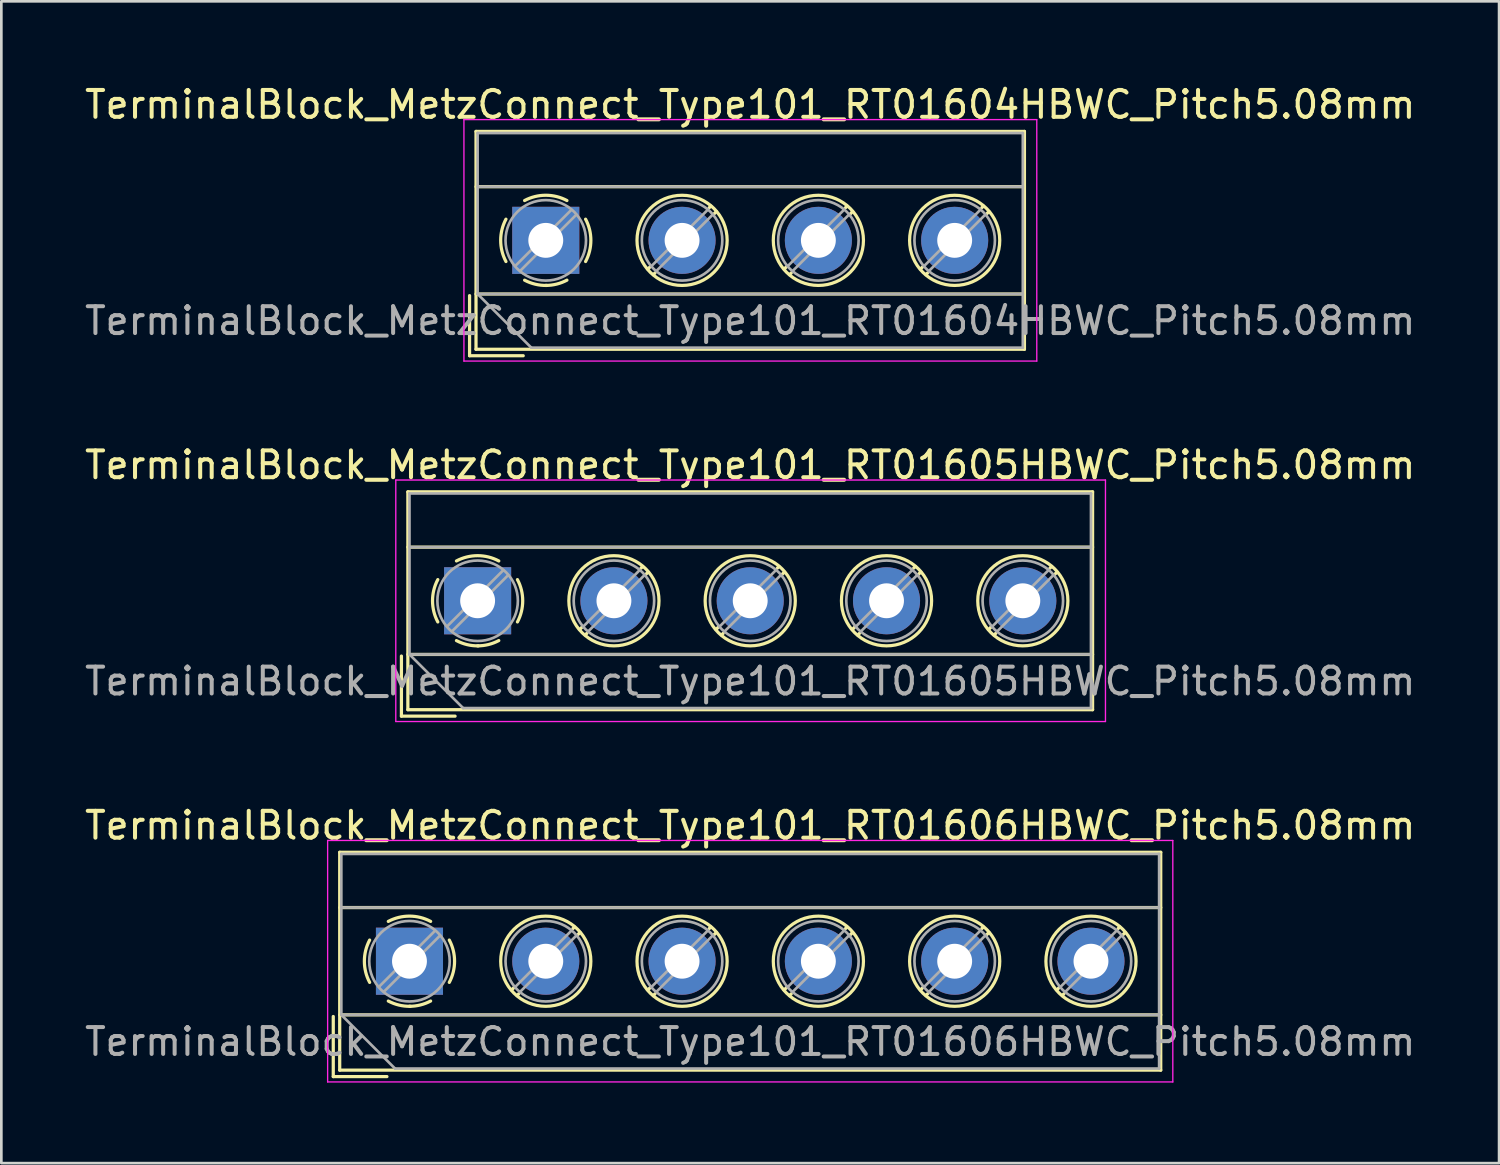
<source format=kicad_pcb>
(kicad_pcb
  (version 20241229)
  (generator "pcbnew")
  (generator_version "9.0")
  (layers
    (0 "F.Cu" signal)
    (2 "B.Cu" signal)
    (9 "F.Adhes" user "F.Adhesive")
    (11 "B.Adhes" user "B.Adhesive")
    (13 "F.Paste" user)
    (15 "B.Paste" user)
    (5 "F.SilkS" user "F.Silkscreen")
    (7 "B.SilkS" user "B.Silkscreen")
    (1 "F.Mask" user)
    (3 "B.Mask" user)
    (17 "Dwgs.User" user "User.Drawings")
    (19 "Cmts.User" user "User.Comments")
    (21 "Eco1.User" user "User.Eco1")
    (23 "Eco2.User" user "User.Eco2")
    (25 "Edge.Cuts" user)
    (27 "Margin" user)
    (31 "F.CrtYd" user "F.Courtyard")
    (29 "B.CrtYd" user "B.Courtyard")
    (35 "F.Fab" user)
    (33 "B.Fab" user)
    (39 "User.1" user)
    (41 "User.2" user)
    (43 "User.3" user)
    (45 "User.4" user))
  (footprint "TerminalBlock_MetzConnect_Type101_RT01606HBWC_Pitch5.08mm"
    (layer "F.Cu")
    (at 12.211 32.775)
    (property "Reference" "TerminalBlock_MetzConnect_Type101_RT01606HBWC_Pitch5.08mm" (at 12.7 -5.06 0) (layer "F.SilkS") (effects (font (size 1 1) (thickness 0.15))))
    (attr through_hole)
    (fp_line (start -2.84 2.06) (end -2.84 4.3) (stroke (width 0.12) (type solid)) (layer "F.SilkS"))
    (fp_line (start -2.84 4.3) (end -0.84 4.3) (stroke (width 0.12) (type solid)) (layer "F.SilkS"))
    (fp_line (start -2.6 -4.06) (end -2.6 4.06) (stroke (width 0.12) (type solid)) (layer "F.SilkS"))
    (fp_line (start -2.6 -2) (end 28 -2) (stroke (width 0.12) (type solid)) (layer "F.SilkS"))
    (fp_line (start -2.6 2) (end 28 2) (stroke (width 0.12) (type solid)) (layer "F.SilkS"))
    (fp_line (start -2.6 4.06) (end 28 4.06) (stroke (width 0.12) (type solid)) (layer "F.SilkS"))
    (fp_line (start 3.9 0.976) (end 3.806 1.069) (stroke (width 0.12) (type solid)) (layer "F.SilkS"))
    (fp_line (start 4.07 1.216) (end 4.011 1.274) (stroke (width 0.12) (type solid)) (layer "F.SilkS"))
    (fp_line (start 6.15 -1.275) (end 6.091 -1.216) (stroke (width 0.12) (type solid)) (layer "F.SilkS"))
    (fp_line (start 6.355 -1.069) (end 6.261 -0.976) (stroke (width 0.12) (type solid)) (layer "F.SilkS"))
    (fp_line (start 8.98 0.976) (end 8.886 1.069) (stroke (width 0.12) (type solid)) (layer "F.SilkS"))
    (fp_line (start 9.15 1.216) (end 9.091 1.274) (stroke (width 0.12) (type solid)) (layer "F.SilkS"))
    (fp_line (start 11.23 -1.275) (end 11.171 -1.216) (stroke (width 0.12) (type solid)) (layer "F.SilkS"))
    (fp_line (start 11.435 -1.069) (end 11.341 -0.976) (stroke (width 0.12) (type solid)) (layer "F.SilkS"))
    (fp_line (start 14.06 0.976) (end 13.966 1.069) (stroke (width 0.12) (type solid)) (layer "F.SilkS"))
    (fp_line (start 14.23 1.216) (end 14.171 1.274) (stroke (width 0.12) (type solid)) (layer "F.SilkS"))
    (fp_line (start 16.31 -1.275) (end 16.251 -1.216) (stroke (width 0.12) (type solid)) (layer "F.SilkS"))
    (fp_line (start 16.515 -1.069) (end 16.421 -0.976) (stroke (width 0.12) (type solid)) (layer "F.SilkS"))
    (fp_line (start 19.14 0.976) (end 19.046 1.069) (stroke (width 0.12) (type solid)) (layer "F.SilkS"))
    (fp_line (start 19.31 1.216) (end 19.251 1.274) (stroke (width 0.12) (type solid)) (layer "F.SilkS"))
    (fp_line (start 21.39 -1.275) (end 21.331 -1.216) (stroke (width 0.12) (type solid)) (layer "F.SilkS"))
    (fp_line (start 21.595 -1.069) (end 21.501 -0.976) (stroke (width 0.12) (type solid)) (layer "F.SilkS"))
    (fp_line (start 24.22 0.976) (end 24.126 1.069) (stroke (width 0.12) (type solid)) (layer "F.SilkS"))
    (fp_line (start 24.39 1.216) (end 24.331 1.274) (stroke (width 0.12) (type solid)) (layer "F.SilkS"))
    (fp_line (start 26.47 -1.275) (end 26.411 -1.216) (stroke (width 0.12) (type solid)) (layer "F.SilkS"))
    (fp_line (start 26.675 -1.069) (end 26.581 -0.976) (stroke (width 0.12) (type solid)) (layer "F.SilkS"))
    (fp_line (start 28 -4.06) (end -2.6 -4.06) (stroke (width 0.12) (type solid)) (layer "F.SilkS"))
    (fp_line (start 28 4.06) (end 28 -4.06) (stroke (width 0.12) (type solid)) (layer "F.SilkS"))
    (fp_arc (start -1.483953 0.789089) (mid -1.680708 0.00005) (end -1.484 -0.789) (stroke (width 0.12) (type solid)) (layer "F.SilkS"))
    (fp_arc (start -0.789089 -1.483953) (mid -0.00005 -1.680708) (end 0.789 -1.484) (stroke (width 0.12) (type solid)) (layer "F.SilkS"))
    (fp_arc (start 0.029383 1.68045) (mid -0.392304 1.634281) (end -0.789 1.484) (stroke (width 0.12) (type solid)) (layer "F.SilkS"))
    (fp_arc (start 0.788712 1.483352) (mid 0.406429 1.630097) (end 0 1.68) (stroke (width 0.12) (type solid)) (layer "F.SilkS"))
    (fp_arc (start 1.483953 -0.789089) (mid 1.680708 -0.00005) (end 1.484 0.789) (stroke (width 0.12) (type solid)) (layer "F.SilkS"))
    (fp_circle (center 5.08 0) (end 6.76 0) (stroke (width 0.12) (type solid)) (fill no) (layer "F.SilkS"))
    (fp_circle (center 10.16 0) (end 11.84 0) (stroke (width 0.12) (type solid)) (fill no) (layer "F.SilkS"))
    (fp_circle (center 15.24 0) (end 16.92 0) (stroke (width 0.12) (type solid)) (fill no) (layer "F.SilkS"))
    (fp_circle (center 20.32 0) (end 22 0) (stroke (width 0.12) (type solid)) (fill no) (layer "F.SilkS"))
    (fp_circle (center 25.4 0) (end 27.08 0) (stroke (width 0.12) (type solid)) (fill no) (layer "F.SilkS"))
    (fp_line (start -3.05 -4.5) (end -3.05 4.5) (stroke (width 0.05) (type solid)) (layer "F.CrtYd"))
    (fp_line (start -3.05 4.5) (end 28.45 4.5) (stroke (width 0.05) (type solid)) (layer "F.CrtYd"))
    (fp_line (start 28.45 -4.5) (end -3.05 -4.5) (stroke (width 0.05) (type solid)) (layer "F.CrtYd"))
    (fp_line (start 28.45 4.5) (end 28.45 -4.5) (stroke (width 0.05) (type solid)) (layer "F.CrtYd"))
    (fp_line (start -2.54 -4) (end 27.94 -4) (stroke (width 0.1) (type solid)) (layer "F.Fab"))
    (fp_line (start -2.54 -2) (end 27.94 -2) (stroke (width 0.1) (type solid)) (layer "F.Fab"))
    (fp_line (start -2.54 2) (end -2.54 -4) (stroke (width 0.1) (type solid)) (layer "F.Fab"))
    (fp_line (start -2.54 2) (end 27.94 2) (stroke (width 0.1) (type solid)) (layer "F.Fab"))
    (fp_line (start -0.54 4) (end -2.54 2) (stroke (width 0.1) (type solid)) (layer "F.Fab"))
    (fp_line (start 0.955 -1.138) (end -1.138 0.955) (stroke (width 0.1) (type solid)) (layer "F.Fab"))
    (fp_line (start 1.138 -0.955) (end -0.955 1.138) (stroke (width 0.1) (type solid)) (layer "F.Fab"))
    (fp_line (start 6.035 -1.138) (end 3.943 0.955) (stroke (width 0.1) (type solid)) (layer "F.Fab"))
    (fp_line (start 6.218 -0.955) (end 4.126 1.138) (stroke (width 0.1) (type solid)) (layer "F.Fab"))
    (fp_line (start 11.115 -1.138) (end 9.023 0.955) (stroke (width 0.1) (type solid)) (layer "F.Fab"))
    (fp_line (start 11.298 -0.955) (end 9.206 1.138) (stroke (width 0.1) (type solid)) (layer "F.Fab"))
    (fp_line (start 16.195 -1.138) (end 14.103 0.955) (stroke (width 0.1) (type solid)) (layer "F.Fab"))
    (fp_line (start 16.378 -0.955) (end 14.286 1.138) (stroke (width 0.1) (type solid)) (layer "F.Fab"))
    (fp_line (start 21.275 -1.138) (end 19.183 0.955) (stroke (width 0.1) (type solid)) (layer "F.Fab"))
    (fp_line (start 21.458 -0.955) (end 19.366 1.138) (stroke (width 0.1) (type solid)) (layer "F.Fab"))
    (fp_line (start 26.355 -1.138) (end 24.263 0.955) (stroke (width 0.1) (type solid)) (layer "F.Fab"))
    (fp_line (start 26.538 -0.955) (end 24.446 1.138) (stroke (width 0.1) (type solid)) (layer "F.Fab"))
    (fp_line (start 27.94 -4) (end 27.94 4) (stroke (width 0.1) (type solid)) (layer "F.Fab"))
    (fp_line (start 27.94 4) (end -0.54 4) (stroke (width 0.1) (type solid)) (layer "F.Fab"))
    (fp_circle (center 0 0) (end 1.5 0) (stroke (width 0.1) (type solid)) (fill no) (layer "F.Fab"))
    (fp_circle (center 5.08 0) (end 6.58 0) (stroke (width 0.1) (type solid)) (fill no) (layer "F.Fab"))
    (fp_circle (center 10.16 0) (end 11.66 0) (stroke (width 0.1) (type solid)) (fill no) (layer "F.Fab"))
    (fp_circle (center 15.24 0) (end 16.74 0) (stroke (width 0.1) (type solid)) (fill no) (layer "F.Fab"))
    (fp_circle (center 20.32 0) (end 21.82 0) (stroke (width 0.1) (type solid)) (fill no) (layer "F.Fab"))
    (fp_circle (center 25.4 0) (end 26.9 0) (stroke (width 0.1) (type solid)) (fill no) (layer "F.Fab"))
    (fp_text user "${REFERENCE}" (at 12.7 3 0) (layer "F.Fab") (effects (font (size 1 1) (thickness 0.15))))
    (pad "1" thru_hole rect (at 0 0) (size 2.5 2.5) (drill 1.3) (layers "*.Cu" "*.Mask"))
    (pad "2" thru_hole circle (at 5.08 0) (size 2.5 2.5) (drill 1.3) (layers "*.Cu" "*.Mask"))
    (pad "3" thru_hole circle (at 10.16 0) (size 2.5 2.5) (drill 1.3) (layers "*.Cu" "*.Mask"))
    (pad "4" thru_hole circle (at 15.24 0) (size 2.5 2.5) (drill 1.3) (layers "*.Cu" "*.Mask"))
    (pad "5" thru_hole circle (at 20.32 0) (size 2.5 2.5) (drill 1.3) (layers "*.Cu" "*.Mask"))
    (pad "6" thru_hole circle (at 25.4 0) (size 2.5 2.5) (drill 1.3) (layers "*.Cu" "*.Mask")))
  (footprint "TerminalBlock_MetzConnect_Type101_RT01604HBWC_Pitch5.08mm"
    (layer "F.Cu")
    (at 17.291 5.908)
    (property "Reference" "TerminalBlock_MetzConnect_Type101_RT01604HBWC_Pitch5.08mm" (at 7.62 -5.06 0) (layer "F.SilkS") (effects (font (size 1 1) (thickness 0.15))))
    (attr through_hole)
    (fp_line (start -2.84 2.06) (end -2.84 4.3) (stroke (width 0.12) (type solid)) (layer "F.SilkS"))
    (fp_line (start -2.84 4.3) (end -0.84 4.3) (stroke (width 0.12) (type solid)) (layer "F.SilkS"))
    (fp_line (start -2.6 -4.06) (end -2.6 4.06) (stroke (width 0.12) (type solid)) (layer "F.SilkS"))
    (fp_line (start -2.6 -2) (end 17.84 -2) (stroke (width 0.12) (type solid)) (layer "F.SilkS"))
    (fp_line (start -2.6 2) (end 17.84 2) (stroke (width 0.12) (type solid)) (layer "F.SilkS"))
    (fp_line (start -2.6 4.06) (end 17.84 4.06) (stroke (width 0.12) (type solid)) (layer "F.SilkS"))
    (fp_line (start 3.9 0.976) (end 3.806 1.069) (stroke (width 0.12) (type solid)) (layer "F.SilkS"))
    (fp_line (start 4.07 1.216) (end 4.011 1.274) (stroke (width 0.12) (type solid)) (layer "F.SilkS"))
    (fp_line (start 6.15 -1.275) (end 6.091 -1.216) (stroke (width 0.12) (type solid)) (layer "F.SilkS"))
    (fp_line (start 6.355 -1.069) (end 6.261 -0.976) (stroke (width 0.12) (type solid)) (layer "F.SilkS"))
    (fp_line (start 8.98 0.976) (end 8.886 1.069) (stroke (width 0.12) (type solid)) (layer "F.SilkS"))
    (fp_line (start 9.15 1.216) (end 9.091 1.274) (stroke (width 0.12) (type solid)) (layer "F.SilkS"))
    (fp_line (start 11.23 -1.275) (end 11.171 -1.216) (stroke (width 0.12) (type solid)) (layer "F.SilkS"))
    (fp_line (start 11.435 -1.069) (end 11.341 -0.976) (stroke (width 0.12) (type solid)) (layer "F.SilkS"))
    (fp_line (start 14.06 0.976) (end 13.966 1.069) (stroke (width 0.12) (type solid)) (layer "F.SilkS"))
    (fp_line (start 14.23 1.216) (end 14.171 1.274) (stroke (width 0.12) (type solid)) (layer "F.SilkS"))
    (fp_line (start 16.31 -1.275) (end 16.251 -1.216) (stroke (width 0.12) (type solid)) (layer "F.SilkS"))
    (fp_line (start 16.515 -1.069) (end 16.421 -0.976) (stroke (width 0.12) (type solid)) (layer "F.SilkS"))
    (fp_line (start 17.84 -4.06) (end -2.6 -4.06) (stroke (width 0.12) (type solid)) (layer "F.SilkS"))
    (fp_line (start 17.84 4.06) (end 17.84 -4.06) (stroke (width 0.12) (type solid)) (layer "F.SilkS"))
    (fp_arc (start -1.483953 0.789089) (mid -1.680708 0.00005) (end -1.484 -0.789) (stroke (width 0.12) (type solid)) (layer "F.SilkS"))
    (fp_arc (start -0.789089 -1.483953) (mid -0.00005 -1.680708) (end 0.789 -1.484) (stroke (width 0.12) (type solid)) (layer "F.SilkS"))
    (fp_arc (start 0.029383 1.68045) (mid -0.392304 1.634281) (end -0.789 1.484) (stroke (width 0.12) (type solid)) (layer "F.SilkS"))
    (fp_arc (start 0.788712 1.483352) (mid 0.406429 1.630097) (end 0 1.68) (stroke (width 0.12) (type solid)) (layer "F.SilkS"))
    (fp_arc (start 1.483953 -0.789089) (mid 1.680708 -0.00005) (end 1.484 0.789) (stroke (width 0.12) (type solid)) (layer "F.SilkS"))
    (fp_circle (center 5.08 0) (end 6.76 0) (stroke (width 0.12) (type solid)) (fill no) (layer "F.SilkS"))
    (fp_circle (center 10.16 0) (end 11.84 0) (stroke (width 0.12) (type solid)) (fill no) (layer "F.SilkS"))
    (fp_circle (center 15.24 0) (end 16.92 0) (stroke (width 0.12) (type solid)) (fill no) (layer "F.SilkS"))
    (fp_line (start -3.05 -4.5) (end -3.05 4.5) (stroke (width 0.05) (type solid)) (layer "F.CrtYd"))
    (fp_line (start -3.05 4.5) (end 18.3 4.5) (stroke (width 0.05) (type solid)) (layer "F.CrtYd"))
    (fp_line (start 18.3 -4.5) (end -3.05 -4.5) (stroke (width 0.05) (type solid)) (layer "F.CrtYd"))
    (fp_line (start 18.3 4.5) (end 18.3 -4.5) (stroke (width 0.05) (type solid)) (layer "F.CrtYd"))
    (fp_line (start -2.54 -4) (end 17.78 -4) (stroke (width 0.1) (type solid)) (layer "F.Fab"))
    (fp_line (start -2.54 -2) (end 17.78 -2) (stroke (width 0.1) (type solid)) (layer "F.Fab"))
    (fp_line (start -2.54 2) (end -2.54 -4) (stroke (width 0.1) (type solid)) (layer "F.Fab"))
    (fp_line (start -2.54 2) (end 17.78 2) (stroke (width 0.1) (type solid)) (layer "F.Fab"))
    (fp_line (start -0.54 4) (end -2.54 2) (stroke (width 0.1) (type solid)) (layer "F.Fab"))
    (fp_line (start 0.955 -1.138) (end -1.138 0.955) (stroke (width 0.1) (type solid)) (layer "F.Fab"))
    (fp_line (start 1.138 -0.955) (end -0.955 1.138) (stroke (width 0.1) (type solid)) (layer "F.Fab"))
    (fp_line (start 6.035 -1.138) (end 3.943 0.955) (stroke (width 0.1) (type solid)) (layer "F.Fab"))
    (fp_line (start 6.218 -0.955) (end 4.126 1.138) (stroke (width 0.1) (type solid)) (layer "F.Fab"))
    (fp_line (start 11.115 -1.138) (end 9.023 0.955) (stroke (width 0.1) (type solid)) (layer "F.Fab"))
    (fp_line (start 11.298 -0.955) (end 9.206 1.138) (stroke (width 0.1) (type solid)) (layer "F.Fab"))
    (fp_line (start 16.195 -1.138) (end 14.103 0.955) (stroke (width 0.1) (type solid)) (layer "F.Fab"))
    (fp_line (start 16.378 -0.955) (end 14.286 1.138) (stroke (width 0.1) (type solid)) (layer "F.Fab"))
    (fp_line (start 17.78 -4) (end 17.78 4) (stroke (width 0.1) (type solid)) (layer "F.Fab"))
    (fp_line (start 17.78 4) (end -0.54 4) (stroke (width 0.1) (type solid)) (layer "F.Fab"))
    (fp_circle (center 0 0) (end 1.5 0) (stroke (width 0.1) (type solid)) (fill no) (layer "F.Fab"))
    (fp_circle (center 5.08 0) (end 6.58 0) (stroke (width 0.1) (type solid)) (fill no) (layer "F.Fab"))
    (fp_circle (center 10.16 0) (end 11.66 0) (stroke (width 0.1) (type solid)) (fill no) (layer "F.Fab"))
    (fp_circle (center 15.24 0) (end 16.74 0) (stroke (width 0.1) (type solid)) (fill no) (layer "F.Fab"))
    (fp_text user "${REFERENCE}" (at 7.62 3 0) (layer "F.Fab") (effects (font (size 1 1) (thickness 0.15))))
    (pad "1" thru_hole rect (at 0 0) (size 2.5 2.5) (drill 1.3) (layers "*.Cu" "*.Mask"))
    (pad "2" thru_hole circle (at 5.08 0) (size 2.5 2.5) (drill 1.3) (layers "*.Cu" "*.Mask"))
    (pad "3" thru_hole circle (at 10.16 0) (size 2.5 2.5) (drill 1.3) (layers "*.Cu" "*.Mask"))
    (pad "4" thru_hole circle (at 15.24 0) (size 2.5 2.5) (drill 1.3) (layers "*.Cu" "*.Mask")))
  (footprint "TerminalBlock_MetzConnect_Type101_RT01605HBWC_Pitch5.08mm"
    (layer "F.Cu")
    (at 14.751 19.341)
    (property "Reference" "TerminalBlock_MetzConnect_Type101_RT01605HBWC_Pitch5.08mm" (at 10.16 -5.06 0) (layer "F.SilkS") (effects (font (size 1 1) (thickness 0.15))))
    (attr through_hole)
    (fp_line (start -2.84 2.06) (end -2.84 4.3) (stroke (width 0.12) (type solid)) (layer "F.SilkS"))
    (fp_line (start -2.84 4.3) (end -0.84 4.3) (stroke (width 0.12) (type solid)) (layer "F.SilkS"))
    (fp_line (start -2.6 -4.06) (end -2.6 4.06) (stroke (width 0.12) (type solid)) (layer "F.SilkS"))
    (fp_line (start -2.6 -2) (end 22.92 -2) (stroke (width 0.12) (type solid)) (layer "F.SilkS"))
    (fp_line (start -2.6 2) (end 22.92 2) (stroke (width 0.12) (type solid)) (layer "F.SilkS"))
    (fp_line (start -2.6 4.06) (end 22.92 4.06) (stroke (width 0.12) (type solid)) (layer "F.SilkS"))
    (fp_line (start 3.9 0.976) (end 3.806 1.069) (stroke (width 0.12) (type solid)) (layer "F.SilkS"))
    (fp_line (start 4.07 1.216) (end 4.011 1.274) (stroke (width 0.12) (type solid)) (layer "F.SilkS"))
    (fp_line (start 6.15 -1.275) (end 6.091 -1.216) (stroke (width 0.12) (type solid)) (layer "F.SilkS"))
    (fp_line (start 6.355 -1.069) (end 6.261 -0.976) (stroke (width 0.12) (type solid)) (layer "F.SilkS"))
    (fp_line (start 8.98 0.976) (end 8.886 1.069) (stroke (width 0.12) (type solid)) (layer "F.SilkS"))
    (fp_line (start 9.15 1.216) (end 9.091 1.274) (stroke (width 0.12) (type solid)) (layer "F.SilkS"))
    (fp_line (start 11.23 -1.275) (end 11.171 -1.216) (stroke (width 0.12) (type solid)) (layer "F.SilkS"))
    (fp_line (start 11.435 -1.069) (end 11.341 -0.976) (stroke (width 0.12) (type solid)) (layer "F.SilkS"))
    (fp_line (start 14.06 0.976) (end 13.966 1.069) (stroke (width 0.12) (type solid)) (layer "F.SilkS"))
    (fp_line (start 14.23 1.216) (end 14.171 1.274) (stroke (width 0.12) (type solid)) (layer "F.SilkS"))
    (fp_line (start 16.31 -1.275) (end 16.251 -1.216) (stroke (width 0.12) (type solid)) (layer "F.SilkS"))
    (fp_line (start 16.515 -1.069) (end 16.421 -0.976) (stroke (width 0.12) (type solid)) (layer "F.SilkS"))
    (fp_line (start 19.14 0.976) (end 19.046 1.069) (stroke (width 0.12) (type solid)) (layer "F.SilkS"))
    (fp_line (start 19.31 1.216) (end 19.251 1.274) (stroke (width 0.12) (type solid)) (layer "F.SilkS"))
    (fp_line (start 21.39 -1.275) (end 21.331 -1.216) (stroke (width 0.12) (type solid)) (layer "F.SilkS"))
    (fp_line (start 21.595 -1.069) (end 21.501 -0.976) (stroke (width 0.12) (type solid)) (layer "F.SilkS"))
    (fp_line (start 22.92 -4.06) (end -2.6 -4.06) (stroke (width 0.12) (type solid)) (layer "F.SilkS"))
    (fp_line (start 22.92 4.06) (end 22.92 -4.06) (stroke (width 0.12) (type solid)) (layer "F.SilkS"))
    (fp_arc (start -1.483953 0.789089) (mid -1.680708 0.00005) (end -1.484 -0.789) (stroke (width 0.12) (type solid)) (layer "F.SilkS"))
    (fp_arc (start -0.789089 -1.483953) (mid -0.00005 -1.680708) (end 0.789 -1.484) (stroke (width 0.12) (type solid)) (layer "F.SilkS"))
    (fp_arc (start 0.029383 1.68045) (mid -0.392304 1.634281) (end -0.789 1.484) (stroke (width 0.12) (type solid)) (layer "F.SilkS"))
    (fp_arc (start 0.788712 1.483352) (mid 0.406429 1.630097) (end 0 1.68) (stroke (width 0.12) (type solid)) (layer "F.SilkS"))
    (fp_arc (start 1.483953 -0.789089) (mid 1.680708 -0.00005) (end 1.484 0.789) (stroke (width 0.12) (type solid)) (layer "F.SilkS"))
    (fp_circle (center 5.08 0) (end 6.76 0) (stroke (width 0.12) (type solid)) (fill no) (layer "F.SilkS"))
    (fp_circle (center 10.16 0) (end 11.84 0) (stroke (width 0.12) (type solid)) (fill no) (layer "F.SilkS"))
    (fp_circle (center 15.24 0) (end 16.92 0) (stroke (width 0.12) (type solid)) (fill no) (layer "F.SilkS"))
    (fp_circle (center 20.32 0) (end 22 0) (stroke (width 0.12) (type solid)) (fill no) (layer "F.SilkS"))
    (fp_line (start -3.05 -4.5) (end -3.05 4.5) (stroke (width 0.05) (type solid)) (layer "F.CrtYd"))
    (fp_line (start -3.05 4.5) (end 23.4 4.5) (stroke (width 0.05) (type solid)) (layer "F.CrtYd"))
    (fp_line (start 23.4 -4.5) (end -3.05 -4.5) (stroke (width 0.05) (type solid)) (layer "F.CrtYd"))
    (fp_line (start 23.4 4.5) (end 23.4 -4.5) (stroke (width 0.05) (type solid)) (layer "F.CrtYd"))
    (fp_line (start -2.54 -4) (end 22.86 -4) (stroke (width 0.1) (type solid)) (layer "F.Fab"))
    (fp_line (start -2.54 -2) (end 22.86 -2) (stroke (width 0.1) (type solid)) (layer "F.Fab"))
    (fp_line (start -2.54 2) (end -2.54 -4) (stroke (width 0.1) (type solid)) (layer "F.Fab"))
    (fp_line (start -2.54 2) (end 22.86 2) (stroke (width 0.1) (type solid)) (layer "F.Fab"))
    (fp_line (start -0.54 4) (end -2.54 2) (stroke (width 0.1) (type solid)) (layer "F.Fab"))
    (fp_line (start 0.955 -1.138) (end -1.138 0.955) (stroke (width 0.1) (type solid)) (layer "F.Fab"))
    (fp_line (start 1.138 -0.955) (end -0.955 1.138) (stroke (width 0.1) (type solid)) (layer "F.Fab"))
    (fp_line (start 6.035 -1.138) (end 3.943 0.955) (stroke (width 0.1) (type solid)) (layer "F.Fab"))
    (fp_line (start 6.218 -0.955) (end 4.126 1.138) (stroke (width 0.1) (type solid)) (layer "F.Fab"))
    (fp_line (start 11.115 -1.138) (end 9.023 0.955) (stroke (width 0.1) (type solid)) (layer "F.Fab"))
    (fp_line (start 11.298 -0.955) (end 9.206 1.138) (stroke (width 0.1) (type solid)) (layer "F.Fab"))
    (fp_line (start 16.195 -1.138) (end 14.103 0.955) (stroke (width 0.1) (type solid)) (layer "F.Fab"))
    (fp_line (start 16.378 -0.955) (end 14.286 1.138) (stroke (width 0.1) (type solid)) (layer "F.Fab"))
    (fp_line (start 21.275 -1.138) (end 19.183 0.955) (stroke (width 0.1) (type solid)) (layer "F.Fab"))
    (fp_line (start 21.458 -0.955) (end 19.366 1.138) (stroke (width 0.1) (type solid)) (layer "F.Fab"))
    (fp_line (start 22.86 -4) (end 22.86 4) (stroke (width 0.1) (type solid)) (layer "F.Fab"))
    (fp_line (start 22.86 4) (end -0.54 4) (stroke (width 0.1) (type solid)) (layer "F.Fab"))
    (fp_circle (center 0 0) (end 1.5 0) (stroke (width 0.1) (type solid)) (fill no) (layer "F.Fab"))
    (fp_circle (center 5.08 0) (end 6.58 0) (stroke (width 0.1) (type solid)) (fill no) (layer "F.Fab"))
    (fp_circle (center 10.16 0) (end 11.66 0) (stroke (width 0.1) (type solid)) (fill no) (layer "F.Fab"))
    (fp_circle (center 15.24 0) (end 16.74 0) (stroke (width 0.1) (type solid)) (fill no) (layer "F.Fab"))
    (fp_circle (center 20.32 0) (end 21.82 0) (stroke (width 0.1) (type solid)) (fill no) (layer "F.Fab"))
    (fp_text user "${REFERENCE}" (at 10.16 3 0) (layer "F.Fab") (effects (font (size 1 1) (thickness 0.15))))
    (pad "1" thru_hole rect (at 0 0) (size 2.5 2.5) (drill 1.3) (layers "*.Cu" "*.Mask"))
    (pad "2" thru_hole circle (at 5.08 0) (size 2.5 2.5) (drill 1.3) (layers "*.Cu" "*.Mask"))
    (pad "3" thru_hole circle (at 10.16 0) (size 2.5 2.5) (drill 1.3) (layers "*.Cu" "*.Mask"))
    (pad "4" thru_hole circle (at 15.24 0) (size 2.5 2.5) (drill 1.3) (layers "*.Cu" "*.Mask"))
    (pad "5" thru_hole circle (at 20.32 0) (size 2.5 2.5) (drill 1.3) (layers "*.Cu" "*.Mask")))
  (gr_rect
    (start -3 -3)
    (end 52.821 40.3)
    (stroke (width 0.1) (type default))
    (fill no)
    (layer "Edge.Cuts")))
</source>
